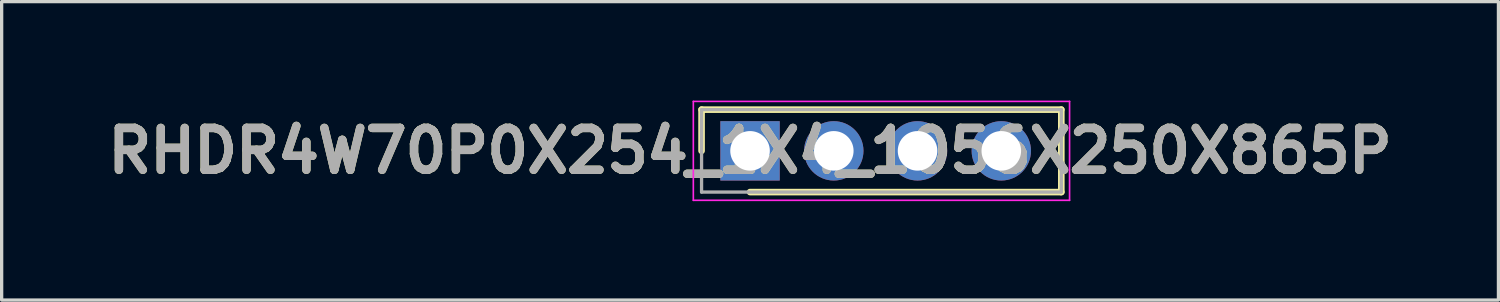
<source format=kicad_pcb>
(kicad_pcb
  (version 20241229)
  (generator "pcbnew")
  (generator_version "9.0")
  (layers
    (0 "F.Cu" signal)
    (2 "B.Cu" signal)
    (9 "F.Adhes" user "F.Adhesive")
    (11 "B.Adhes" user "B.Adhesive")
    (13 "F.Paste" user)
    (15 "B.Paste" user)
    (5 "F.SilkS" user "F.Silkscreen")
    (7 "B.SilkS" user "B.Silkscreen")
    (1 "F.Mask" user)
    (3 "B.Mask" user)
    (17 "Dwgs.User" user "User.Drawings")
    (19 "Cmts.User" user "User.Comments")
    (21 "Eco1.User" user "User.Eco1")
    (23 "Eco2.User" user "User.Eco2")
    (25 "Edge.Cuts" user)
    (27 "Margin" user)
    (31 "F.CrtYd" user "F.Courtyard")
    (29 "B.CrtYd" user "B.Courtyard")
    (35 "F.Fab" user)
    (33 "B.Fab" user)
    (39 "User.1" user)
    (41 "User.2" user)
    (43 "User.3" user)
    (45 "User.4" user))
  (footprint "RHDR4W70P0X254_1X4_1056X250X865P"
    (layer "F.Cu")
    (at 19.697 1.525)
    (property "Reference" "RHDR4W70P0X254_1X4_1056X250X865P" (at 0 0 0) (layer "F.SilkS") (effects (font (size 1.27 1.27) (thickness 0.254))))
    (attr through_hole)
    (fp_line (start -1.47 -1.25) (end -1.47 0) (stroke (width 0.2) (type solid)) (layer "F.SilkS"))
    (fp_line (start 0 1.25) (end 9.44 1.25) (stroke (width 0.2) (type solid)) (layer "F.SilkS"))
    (fp_line (start 9.44 -1.25) (end -1.47 -1.25) (stroke (width 0.2) (type solid)) (layer "F.SilkS"))
    (fp_line (start 9.44 1.25) (end 9.44 -1.25) (stroke (width 0.2) (type solid)) (layer "F.SilkS"))
    (fp_line (start -1.72 -1.5) (end 9.69 -1.5) (stroke (width 0.05) (type solid)) (layer "F.CrtYd"))
    (fp_line (start -1.72 1.5) (end -1.72 -1.5) (stroke (width 0.05) (type solid)) (layer "F.CrtYd"))
    (fp_line (start 9.69 -1.5) (end 9.69 1.5) (stroke (width 0.05) (type solid)) (layer "F.CrtYd"))
    (fp_line (start 9.69 1.5) (end -1.72 1.5) (stroke (width 0.05) (type solid)) (layer "F.CrtYd"))
    (fp_line (start -1.47 -1.25) (end 9.44 -1.25) (stroke (width 0.1) (type solid)) (layer "F.Fab"))
    (fp_line (start -1.47 1.25) (end -1.47 -1.25) (stroke (width 0.1) (type solid)) (layer "F.Fab"))
    (fp_line (start 9.44 -1.25) (end 9.44 1.25) (stroke (width 0.1) (type solid)) (layer "F.Fab"))
    (fp_line (start 9.44 1.25) (end -1.47 1.25) (stroke (width 0.1) (type solid)) (layer "F.Fab"))
    (fp_text user "${REFERENCE}" (at 0 0 0) (layer "F.Fab") (effects (font (size 1.27 1.27) (thickness 0.254))))
    (pad "1" thru_hole rect (at 0 0) (size 1.8 1.8) (drill 1.2) (layers "*.Cu" "*.Mask"))
    (pad "2" thru_hole circle (at 2.54 0) (size 1.8 1.8) (drill 1.2) (layers "*.Cu" "*.Mask"))
    (pad "3" thru_hole circle (at 5.08 0) (size 1.8 1.8) (drill 1.2) (layers "*.Cu" "*.Mask"))
    (pad "4" thru_hole circle (at 7.62 0) (size 1.8 1.8) (drill 1.2) (layers "*.Cu" "*.Mask")))
  (gr_rect
    (start -3 -3)
    (end 42.394 6.05)
    (stroke (width 0.1) (type default))
    (fill no)
    (layer "Edge.Cuts")))
</source>
